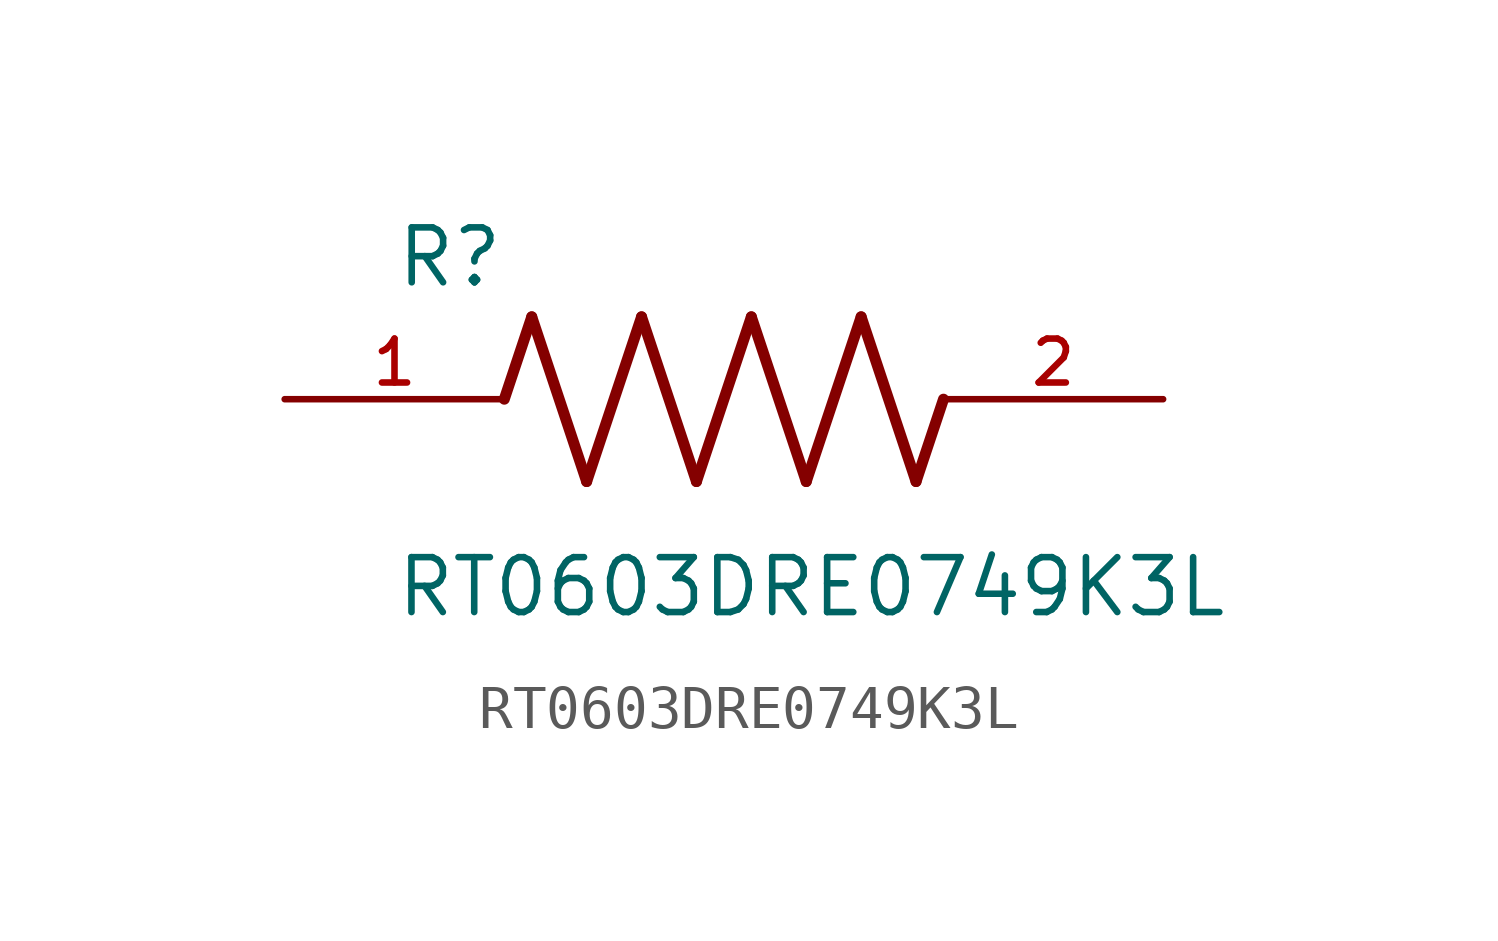
<source format=kicad_sym>
(kicad_symbol_lib
  (version 20211014)
  (generator kicad_symbol_editor)
  (symbol "RT0603DRE0749K3L"
    (pin_names
      (offset 1.016))
    (property "Reference" "R"
      (at -7.624 2.541 0)
      (effects (font (size 1.27 1.27)) (justify bottom left)))
    (property "Value" "RT0603DRE0749K3L"
      (at -7.63 -5.087 0)
      (effects (font (size 1.27 1.27)) (justify bottom left)))
    (symbol "RT0603DRE0749K3L_0_0"
      (polyline (pts (xy -5.08 0.0) (xy -4.445 1.905)) (stroke (width 0.254)))
      (polyline (pts (xy -4.445 1.905) (xy -3.175 -1.905)) (stroke (width 0.254)))
      (polyline (pts (xy -3.175 -1.905) (xy -1.905 1.905)) (stroke (width 0.254)))
      (polyline (pts (xy -1.905 1.905) (xy -0.635 -1.905)) (stroke (width 0.254)))
      (polyline (pts (xy -0.635 -1.905) (xy 0.635 1.905)) (stroke (width 0.254)))
      (polyline (pts (xy 0.635 1.905) (xy 1.905 -1.905)) (stroke (width 0.254)))
      (polyline (pts (xy 1.905 -1.905) (xy 3.175 1.905)) (stroke (width 0.254)))
      (polyline (pts (xy 3.175 1.905) (xy 4.445 -1.905)) (stroke (width 0.254)))
      (polyline (pts (xy 4.445 -1.905) (xy 5.08 0.0)) (stroke (width 0.254)))
      (pin passive line (at -10.16 0.0 0) (length 5.08) (name "~" (effects (font (size 1.016 1.016)))) (number "1" (effects (font (size 1.016 1.016)))))
      (pin passive line (at 10.16 0.0 180.0) (length 5.08) (name "~" (effects (font (size 1.016 1.016)))) (number "2" (effects (font (size 1.016 1.016))))))))
</source>
